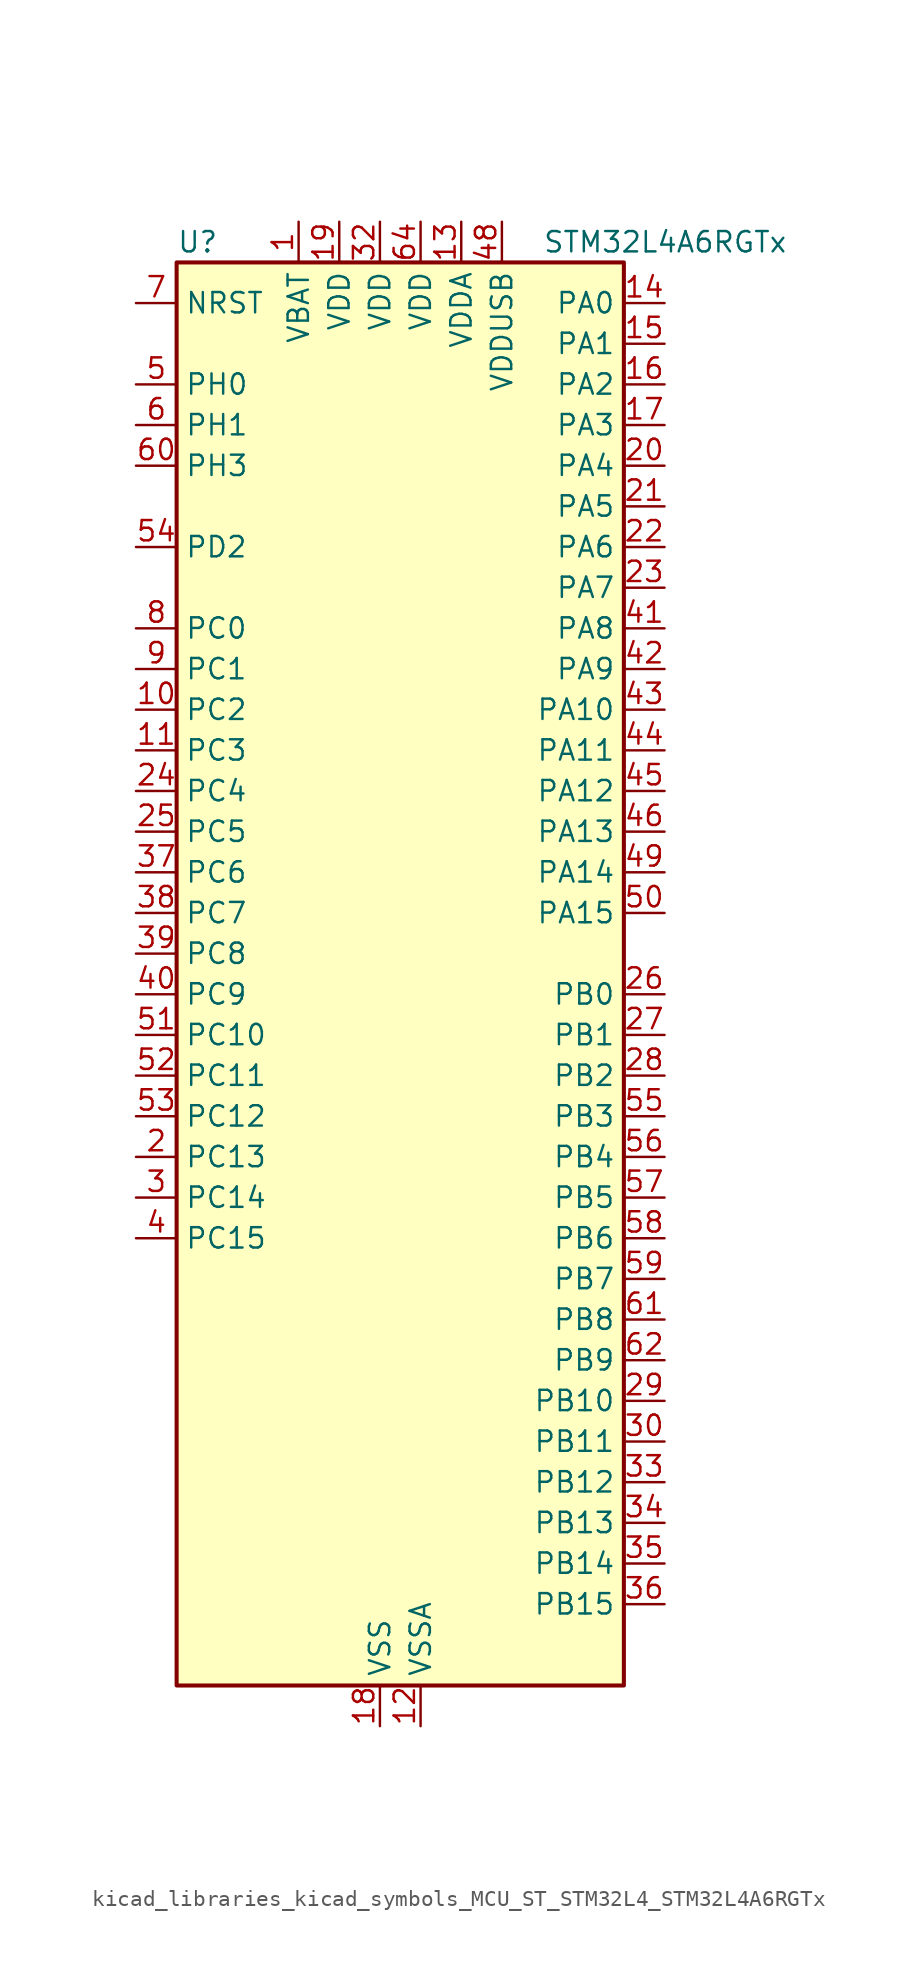
<source format=kicad_sym>
(kicad_symbol_lib
  (version 20220914)
  (generator kicad_symbol_editor)
  (symbol "kicad_libraries_kicad_symbols_MCU_ST_STM32L4_STM32L4A6RGTx"
    (property "Reference" "U"
      (at -12.7 46.99 0)
      (effects (font (size 1.27 1.27)) (justify left)))
    (property "Value" "STM32L4A6RGTx"
      (at 10.16 46.99 0)
      (effects (font (size 1.27 1.27)) (justify left)))
    (property "ki_locked" ""
      (at 0 0 0)
      (effects (font (size 1.27 1.27))))
    (symbol "kicad_libraries_kicad_symbols_MCU_ST_STM32L4_STM32L4A6RGTx_0_1"
      (rectangle (start -12.7 -43.18) (end 15.24 45.72) (stroke (width 0.254) (type default)) (fill (type background))))
    (symbol "kicad_libraries_kicad_symbols_MCU_ST_STM32L4_STM32L4A6RGTx_1_1"
      (pin power_in line (at -5.08 48.26 270) (length 2.54) (name "VBAT" (effects (font (size 1.27 1.27)))) (number "1" (effects (font (size 1.27 1.27)))))
      (pin bidirectional line (at -15.24 17.78 0) (length 2.54) (name "PC2" (effects (font (size 1.27 1.27)))) (number "10" (effects (font (size 1.27 1.27)))) (alternate "ADC1_IN3" bidirectional line) (alternate "ADC2_IN3" bidirectional line) (alternate "ADC3_IN3" bidirectional line) (alternate "DFSDM1_CKOUT" bidirectional line) (alternate "LCD_SEG20" bidirectional line) (alternate "LPTIM1_IN2" bidirectional line) (alternate "QUADSPI_BK2_IO1" bidirectional line) (alternate "SPI2_MISO" bidirectional line))
      (pin bidirectional line (at -15.24 15.24 0) (length 2.54) (name "PC3" (effects (font (size 1.27 1.27)))) (number "11" (effects (font (size 1.27 1.27)))) (alternate "ADC1_IN4" bidirectional line) (alternate "ADC2_IN4" bidirectional line) (alternate "ADC3_IN4" bidirectional line) (alternate "LCD_VLCD" bidirectional line) (alternate "LPTIM1_ETR" bidirectional line) (alternate "LPTIM2_ETR" bidirectional line) (alternate "QUADSPI_BK2_IO2" bidirectional line) (alternate "SAI1_SD_A" bidirectional line) (alternate "SPI2_MOSI" bidirectional line))
      (pin power_in line (at 2.54 -45.72 90) (length 2.54) (name "VSSA" (effects (font (size 1.27 1.27)))) (number "12" (effects (font (size 1.27 1.27)))))
      (pin power_in line (at 5.08 48.26 270) (length 2.54) (name "VDDA" (effects (font (size 1.27 1.27)))) (number "13" (effects (font (size 1.27 1.27)))))
      (pin bidirectional line (at 17.78 43.18 180) (length 2.54) (name "PA0" (effects (font (size 1.27 1.27)))) (number "14" (effects (font (size 1.27 1.27)))) (alternate "ADC1_IN5" bidirectional line) (alternate "ADC2_IN5" bidirectional line) (alternate "OPAMP1_VINP" bidirectional line) (alternate "RTC_TAMP2" bidirectional line) (alternate "SAI1_EXTCLK" bidirectional line) (alternate "SYS_WKUP1" bidirectional line) (alternate "TIM2_CH1" bidirectional line) (alternate "TIM2_ETR" bidirectional line) (alternate "TIM5_CH1" bidirectional line) (alternate "TIM8_ETR" bidirectional line) (alternate "UART4_TX" bidirectional line) (alternate "USART2_CTS" bidirectional line))
      (pin bidirectional line (at 17.78 40.64 180) (length 2.54) (name "PA1" (effects (font (size 1.27 1.27)))) (number "15" (effects (font (size 1.27 1.27)))) (alternate "ADC1_IN6" bidirectional line) (alternate "ADC2_IN6" bidirectional line) (alternate "I2C1_SMBA" bidirectional line) (alternate "LCD_SEG0" bidirectional line) (alternate "OPAMP1_VINM" bidirectional line) (alternate "SPI1_SCK" bidirectional line) (alternate "TIM15_CH1N" bidirectional line) (alternate "TIM2_CH2" bidirectional line) (alternate "TIM5_CH2" bidirectional line) (alternate "UART4_RX" bidirectional line) (alternate "USART2_DE" bidirectional line) (alternate "USART2_RTS" bidirectional line))
      (pin bidirectional line (at 17.78 38.1 180) (length 2.54) (name "PA2" (effects (font (size 1.27 1.27)))) (number "16" (effects (font (size 1.27 1.27)))) (alternate "ADC1_IN7" bidirectional line) (alternate "ADC2_IN7" bidirectional line) (alternate "LCD_SEG1" bidirectional line) (alternate "LPUART1_TX" bidirectional line) (alternate "QUADSPI_BK1_NCS" bidirectional line) (alternate "RCC_LSCO" bidirectional line) (alternate "SAI2_EXTCLK" bidirectional line) (alternate "SYS_WKUP4" bidirectional line) (alternate "TIM15_CH1" bidirectional line) (alternate "TIM2_CH3" bidirectional line) (alternate "TIM5_CH3" bidirectional line) (alternate "USART2_TX" bidirectional line))
      (pin bidirectional line (at 17.78 35.56 180) (length 2.54) (name "PA3" (effects (font (size 1.27 1.27)))) (number "17" (effects (font (size 1.27 1.27)))) (alternate "ADC1_IN8" bidirectional line) (alternate "ADC2_IN8" bidirectional line) (alternate "LCD_SEG2" bidirectional line) (alternate "LPUART1_RX" bidirectional line) (alternate "OPAMP1_VOUT" bidirectional line) (alternate "QUADSPI_CLK" bidirectional line) (alternate "SAI1_MCLK_A" bidirectional line) (alternate "TIM15_CH2" bidirectional line) (alternate "TIM2_CH4" bidirectional line) (alternate "TIM5_CH4" bidirectional line) (alternate "USART2_RX" bidirectional line))
      (pin power_in line (at 0 -45.72 90) (length 2.54) (name "VSS" (effects (font (size 1.27 1.27)))) (number "18" (effects (font (size 1.27 1.27)))))
      (pin power_in line (at -2.54 48.26 270) (length 2.54) (name "VDD" (effects (font (size 1.27 1.27)))) (number "19" (effects (font (size 1.27 1.27)))))
      (pin bidirectional line (at -15.24 -10.16 0) (length 2.54) (name "PC13" (effects (font (size 1.27 1.27)))) (number "2" (effects (font (size 1.27 1.27)))) (alternate "RTC_OUT_ALARM" bidirectional line) (alternate "RTC_OUT_CALIB" bidirectional line) (alternate "RTC_TAMP1" bidirectional line) (alternate "RTC_TS" bidirectional line) (alternate "SYS_WKUP2" bidirectional line))
      (pin bidirectional line (at 17.78 33.02 180) (length 2.54) (name "PA4" (effects (font (size 1.27 1.27)))) (number "20" (effects (font (size 1.27 1.27)))) (alternate "ADC1_IN9" bidirectional line) (alternate "ADC2_IN9" bidirectional line) (alternate "DAC1_OUT1" bidirectional line) (alternate "DCMI_HSYNC" bidirectional line) (alternate "LPTIM2_OUT" bidirectional line) (alternate "SAI1_FS_B" bidirectional line) (alternate "SPI1_NSS" bidirectional line) (alternate "SPI3_NSS" bidirectional line) (alternate "USART2_CK" bidirectional line))
      (pin bidirectional line (at 17.78 30.48 180) (length 2.54) (name "PA5" (effects (font (size 1.27 1.27)))) (number "21" (effects (font (size 1.27 1.27)))) (alternate "ADC1_IN10" bidirectional line) (alternate "ADC2_IN10" bidirectional line) (alternate "DAC1_OUT2" bidirectional line) (alternate "LPTIM2_ETR" bidirectional line) (alternate "SPI1_SCK" bidirectional line) (alternate "TIM2_CH1" bidirectional line) (alternate "TIM2_ETR" bidirectional line) (alternate "TIM8_CH1N" bidirectional line))
      (pin bidirectional line (at 17.78 27.94 180) (length 2.54) (name "PA6" (effects (font (size 1.27 1.27)))) (number "22" (effects (font (size 1.27 1.27)))) (alternate "ADC1_IN11" bidirectional line) (alternate "ADC2_IN11" bidirectional line) (alternate "DCMI_PIXCLK" bidirectional line) (alternate "LCD_SEG3" bidirectional line) (alternate "LPUART1_CTS" bidirectional line) (alternate "OPAMP2_VINP" bidirectional line) (alternate "QUADSPI_BK1_IO3" bidirectional line) (alternate "SPI1_MISO" bidirectional line) (alternate "TIM16_CH1" bidirectional line) (alternate "TIM1_BKIN" bidirectional line) (alternate "TIM1_BKIN_COMP2" bidirectional line) (alternate "TIM3_CH1" bidirectional line) (alternate "TIM8_BKIN" bidirectional line) (alternate "TIM8_BKIN_COMP2" bidirectional line) (alternate "USART3_CTS" bidirectional line))
      (pin bidirectional line (at 17.78 25.4 180) (length 2.54) (name "PA7" (effects (font (size 1.27 1.27)))) (number "23" (effects (font (size 1.27 1.27)))) (alternate "ADC1_IN12" bidirectional line) (alternate "ADC2_IN12" bidirectional line) (alternate "I2C3_SCL" bidirectional line) (alternate "LCD_SEG4" bidirectional line) (alternate "OPAMP2_VINM" bidirectional line) (alternate "QUADSPI_BK1_IO2" bidirectional line) (alternate "SPI1_MOSI" bidirectional line) (alternate "TIM17_CH1" bidirectional line) (alternate "TIM1_CH1N" bidirectional line) (alternate "TIM3_CH2" bidirectional line) (alternate "TIM8_CH1N" bidirectional line))
      (pin bidirectional line (at -15.24 12.7 0) (length 2.54) (name "PC4" (effects (font (size 1.27 1.27)))) (number "24" (effects (font (size 1.27 1.27)))) (alternate "ADC1_IN13" bidirectional line) (alternate "ADC2_IN13" bidirectional line) (alternate "COMP1_INM" bidirectional line) (alternate "LCD_SEG22" bidirectional line) (alternate "QUADSPI_BK2_IO3" bidirectional line) (alternate "USART3_TX" bidirectional line))
      (pin bidirectional line (at -15.24 10.16 0) (length 2.54) (name "PC5" (effects (font (size 1.27 1.27)))) (number "25" (effects (font (size 1.27 1.27)))) (alternate "ADC1_IN14" bidirectional line) (alternate "ADC2_IN14" bidirectional line) (alternate "COMP1_INP" bidirectional line) (alternate "LCD_SEG23" bidirectional line) (alternate "SYS_WKUP5" bidirectional line) (alternate "USART3_RX" bidirectional line))
      (pin bidirectional line (at 17.78 0 180) (length 2.54) (name "PB0" (effects (font (size 1.27 1.27)))) (number "26" (effects (font (size 1.27 1.27)))) (alternate "ADC1_IN15" bidirectional line) (alternate "ADC2_IN15" bidirectional line) (alternate "COMP1_OUT" bidirectional line) (alternate "LCD_SEG5" bidirectional line) (alternate "OPAMP2_VOUT" bidirectional line) (alternate "QUADSPI_BK1_IO1" bidirectional line) (alternate "SAI1_EXTCLK" bidirectional line) (alternate "SPI1_NSS" bidirectional line) (alternate "TIM1_CH2N" bidirectional line) (alternate "TIM3_CH3" bidirectional line) (alternate "TIM8_CH2N" bidirectional line) (alternate "USART3_CK" bidirectional line))
      (pin bidirectional line (at 17.78 -2.54 180) (length 2.54) (name "PB1" (effects (font (size 1.27 1.27)))) (number "27" (effects (font (size 1.27 1.27)))) (alternate "ADC1_IN16" bidirectional line) (alternate "ADC2_IN16" bidirectional line) (alternate "COMP1_INM" bidirectional line) (alternate "DFSDM1_DATIN0" bidirectional line) (alternate "LCD_SEG6" bidirectional line) (alternate "LPTIM2_IN1" bidirectional line) (alternate "LPUART1_DE" bidirectional line) (alternate "LPUART1_RTS" bidirectional line) (alternate "QUADSPI_BK1_IO0" bidirectional line) (alternate "TIM1_CH3N" bidirectional line) (alternate "TIM3_CH4" bidirectional line) (alternate "TIM8_CH3N" bidirectional line) (alternate "USART3_DE" bidirectional line) (alternate "USART3_RTS" bidirectional line))
      (pin bidirectional line (at 17.78 -5.08 180) (length 2.54) (name "PB2" (effects (font (size 1.27 1.27)))) (number "28" (effects (font (size 1.27 1.27)))) (alternate "COMP1_INP" bidirectional line) (alternate "DFSDM1_CKIN0" bidirectional line) (alternate "I2C3_SMBA" bidirectional line) (alternate "LCD_VLCD" bidirectional line) (alternate "LPTIM1_OUT" bidirectional line) (alternate "RTC_OUT_ALARM" bidirectional line) (alternate "RTC_OUT_CALIB" bidirectional line))
      (pin bidirectional line (at 17.78 -25.4 180) (length 2.54) (name "PB10" (effects (font (size 1.27 1.27)))) (number "29" (effects (font (size 1.27 1.27)))) (alternate "COMP1_OUT" bidirectional line) (alternate "DFSDM1_DATIN7" bidirectional line) (alternate "I2C2_SCL" bidirectional line) (alternate "I2C4_SCL" bidirectional line) (alternate "LCD_SEG10" bidirectional line) (alternate "LPUART1_RX" bidirectional line) (alternate "QUADSPI_CLK" bidirectional line) (alternate "SAI1_SCK_A" bidirectional line) (alternate "SPI2_SCK" bidirectional line) (alternate "TIM2_CH3" bidirectional line) (alternate "TSC_SYNC" bidirectional line) (alternate "USART3_TX" bidirectional line))
      (pin bidirectional line (at -15.24 -12.7 0) (length 2.54) (name "PC14" (effects (font (size 1.27 1.27)))) (number "3" (effects (font (size 1.27 1.27)))) (alternate "RCC_OSC32_IN" bidirectional line))
      (pin bidirectional line (at 17.78 -27.94 180) (length 2.54) (name "PB11" (effects (font (size 1.27 1.27)))) (number "30" (effects (font (size 1.27 1.27)))) (alternate "ADC1_EXTI11" bidirectional line) (alternate "ADC2_EXTI11" bidirectional line) (alternate "ADC3_EXTI11" bidirectional line) (alternate "COMP2_OUT" bidirectional line) (alternate "DFSDM1_CKIN7" bidirectional line) (alternate "I2C2_SDA" bidirectional line) (alternate "I2C4_SDA" bidirectional line) (alternate "LCD_SEG11" bidirectional line) (alternate "LPUART1_TX" bidirectional line) (alternate "QUADSPI_BK1_NCS" bidirectional line) (alternate "TIM2_CH4" bidirectional line) (alternate "USART3_RX" bidirectional line))
      (pin passive line (at 0 -45.72 90) (length 2.54) hide (name "VSS" (effects (font (size 1.27 1.27)))) (number "31" (effects (font (size 1.27 1.27)))))
      (pin power_in line (at 0 48.26 270) (length 2.54) (name "VDD" (effects (font (size 1.27 1.27)))) (number "32" (effects (font (size 1.27 1.27)))))
      (pin bidirectional line (at 17.78 -30.48 180) (length 2.54) (name "PB12" (effects (font (size 1.27 1.27)))) (number "33" (effects (font (size 1.27 1.27)))) (alternate "CAN2_RX" bidirectional line) (alternate "DFSDM1_DATIN1" bidirectional line) (alternate "I2C2_SMBA" bidirectional line) (alternate "LCD_SEG12" bidirectional line) (alternate "LPUART1_DE" bidirectional line) (alternate "LPUART1_RTS" bidirectional line) (alternate "SAI2_FS_A" bidirectional line) (alternate "SPI2_NSS" bidirectional line) (alternate "SWPMI1_IO" bidirectional line) (alternate "TIM15_BKIN" bidirectional line) (alternate "TIM1_BKIN" bidirectional line) (alternate "TIM1_BKIN_COMP2" bidirectional line) (alternate "TSC_G1_IO1" bidirectional line) (alternate "USART3_CK" bidirectional line))
      (pin bidirectional line (at 17.78 -33.02 180) (length 2.54) (name "PB13" (effects (font (size 1.27 1.27)))) (number "34" (effects (font (size 1.27 1.27)))) (alternate "CAN2_TX" bidirectional line) (alternate "DFSDM1_CKIN1" bidirectional line) (alternate "I2C2_SCL" bidirectional line) (alternate "LCD_SEG13" bidirectional line) (alternate "LPUART1_CTS" bidirectional line) (alternate "SAI2_SCK_A" bidirectional line) (alternate "SPI2_SCK" bidirectional line) (alternate "SWPMI1_TX" bidirectional line) (alternate "TIM15_CH1N" bidirectional line) (alternate "TIM1_CH1N" bidirectional line) (alternate "TSC_G1_IO2" bidirectional line) (alternate "USART3_CTS" bidirectional line))
      (pin bidirectional line (at 17.78 -35.56 180) (length 2.54) (name "PB14" (effects (font (size 1.27 1.27)))) (number "35" (effects (font (size 1.27 1.27)))) (alternate "DFSDM1_DATIN2" bidirectional line) (alternate "I2C2_SDA" bidirectional line) (alternate "LCD_SEG14" bidirectional line) (alternate "SAI2_MCLK_A" bidirectional line) (alternate "SPI2_MISO" bidirectional line) (alternate "SWPMI1_RX" bidirectional line) (alternate "TIM15_CH1" bidirectional line) (alternate "TIM1_CH2N" bidirectional line) (alternate "TIM8_CH2N" bidirectional line) (alternate "TSC_G1_IO3" bidirectional line) (alternate "USART3_DE" bidirectional line) (alternate "USART3_RTS" bidirectional line))
      (pin bidirectional line (at 17.78 -38.1 180) (length 2.54) (name "PB15" (effects (font (size 1.27 1.27)))) (number "36" (effects (font (size 1.27 1.27)))) (alternate "ADC1_EXTI15" bidirectional line) (alternate "ADC2_EXTI15" bidirectional line) (alternate "ADC3_EXTI15" bidirectional line) (alternate "DFSDM1_CKIN2" bidirectional line) (alternate "LCD_SEG15" bidirectional line) (alternate "RTC_REFIN" bidirectional line) (alternate "SAI2_SD_A" bidirectional line) (alternate "SPI2_MOSI" bidirectional line) (alternate "SWPMI1_SUSPEND" bidirectional line) (alternate "TIM15_CH2" bidirectional line) (alternate "TIM1_CH3N" bidirectional line) (alternate "TIM8_CH3N" bidirectional line) (alternate "TSC_G1_IO4" bidirectional line))
      (pin bidirectional line (at -15.24 7.62 0) (length 2.54) (name "PC6" (effects (font (size 1.27 1.27)))) (number "37" (effects (font (size 1.27 1.27)))) (alternate "DCMI_D0" bidirectional line) (alternate "DFSDM1_CKIN3" bidirectional line) (alternate "LCD_SEG24" bidirectional line) (alternate "SAI2_MCLK_A" bidirectional line) (alternate "SDMMC1_D6" bidirectional line) (alternate "TIM3_CH1" bidirectional line) (alternate "TIM8_CH1" bidirectional line) (alternate "TSC_G4_IO1" bidirectional line))
      (pin bidirectional line (at -15.24 5.08 0) (length 2.54) (name "PC7" (effects (font (size 1.27 1.27)))) (number "38" (effects (font (size 1.27 1.27)))) (alternate "DCMI_D1" bidirectional line) (alternate "DFSDM1_DATIN3" bidirectional line) (alternate "LCD_SEG25" bidirectional line) (alternate "SAI2_MCLK_B" bidirectional line) (alternate "SDMMC1_D7" bidirectional line) (alternate "TIM3_CH2" bidirectional line) (alternate "TIM8_CH2" bidirectional line) (alternate "TSC_G4_IO2" bidirectional line))
      (pin bidirectional line (at -15.24 2.54 0) (length 2.54) (name "PC8" (effects (font (size 1.27 1.27)))) (number "39" (effects (font (size 1.27 1.27)))) (alternate "DCMI_D2" bidirectional line) (alternate "LCD_SEG26" bidirectional line) (alternate "SDMMC1_D0" bidirectional line) (alternate "TIM3_CH3" bidirectional line) (alternate "TIM8_CH3" bidirectional line) (alternate "TSC_G4_IO3" bidirectional line))
      (pin bidirectional line (at -15.24 -15.24 0) (length 2.54) (name "PC15" (effects (font (size 1.27 1.27)))) (number "4" (effects (font (size 1.27 1.27)))) (alternate "ADC1_EXTI15" bidirectional line) (alternate "ADC2_EXTI15" bidirectional line) (alternate "ADC3_EXTI15" bidirectional line) (alternate "RCC_OSC32_OUT" bidirectional line))
      (pin bidirectional line (at -15.24 0 0) (length 2.54) (name "PC9" (effects (font (size 1.27 1.27)))) (number "40" (effects (font (size 1.27 1.27)))) (alternate "DAC1_EXTI9" bidirectional line) (alternate "DCMI_D3" bidirectional line) (alternate "I2C3_SDA" bidirectional line) (alternate "LCD_SEG27" bidirectional line) (alternate "SAI2_EXTCLK" bidirectional line) (alternate "SDMMC1_D1" bidirectional line) (alternate "TIM3_CH4" bidirectional line) (alternate "TIM8_BKIN2" bidirectional line) (alternate "TIM8_BKIN2_COMP1" bidirectional line) (alternate "TIM8_CH4" bidirectional line) (alternate "TSC_G4_IO4" bidirectional line) (alternate "USB_OTG_FS_NOE" bidirectional line))
      (pin bidirectional line (at 17.78 22.86 180) (length 2.54) (name "PA8" (effects (font (size 1.27 1.27)))) (number "41" (effects (font (size 1.27 1.27)))) (alternate "LCD_COM0" bidirectional line) (alternate "LPTIM2_OUT" bidirectional line) (alternate "RCC_MCO" bidirectional line) (alternate "SAI1_SCK_A" bidirectional line) (alternate "SWPMI1_IO" bidirectional line) (alternate "TIM1_CH1" bidirectional line) (alternate "USART1_CK" bidirectional line) (alternate "USB_OTG_FS_SOF" bidirectional line))
      (pin bidirectional line (at 17.78 20.32 180) (length 2.54) (name "PA9" (effects (font (size 1.27 1.27)))) (number "42" (effects (font (size 1.27 1.27)))) (alternate "DAC1_EXTI9" bidirectional line) (alternate "DCMI_D0" bidirectional line) (alternate "LCD_COM1" bidirectional line) (alternate "SAI1_FS_A" bidirectional line) (alternate "SPI2_SCK" bidirectional line) (alternate "TIM15_BKIN" bidirectional line) (alternate "TIM1_CH2" bidirectional line) (alternate "USART1_TX" bidirectional line) (alternate "USB_OTG_FS_VBUS" bidirectional line))
      (pin bidirectional line (at 17.78 17.78 180) (length 2.54) (name "PA10" (effects (font (size 1.27 1.27)))) (number "43" (effects (font (size 1.27 1.27)))) (alternate "DCMI_D1" bidirectional line) (alternate "LCD_COM2" bidirectional line) (alternate "SAI1_SD_A" bidirectional line) (alternate "TIM17_BKIN" bidirectional line) (alternate "TIM1_CH3" bidirectional line) (alternate "USART1_RX" bidirectional line) (alternate "USB_OTG_FS_ID" bidirectional line))
      (pin bidirectional line (at 17.78 15.24 180) (length 2.54) (name "PA11" (effects (font (size 1.27 1.27)))) (number "44" (effects (font (size 1.27 1.27)))) (alternate "ADC1_EXTI11" bidirectional line) (alternate "ADC2_EXTI11" bidirectional line) (alternate "ADC3_EXTI11" bidirectional line) (alternate "CAN1_RX" bidirectional line) (alternate "SPI1_MISO" bidirectional line) (alternate "TIM1_BKIN2" bidirectional line) (alternate "TIM1_BKIN2_COMP1" bidirectional line) (alternate "TIM1_CH4" bidirectional line) (alternate "USART1_CTS" bidirectional line) (alternate "USB_OTG_FS_DM" bidirectional line))
      (pin bidirectional line (at 17.78 12.7 180) (length 2.54) (name "PA12" (effects (font (size 1.27 1.27)))) (number "45" (effects (font (size 1.27 1.27)))) (alternate "CAN1_TX" bidirectional line) (alternate "SPI1_MOSI" bidirectional line) (alternate "TIM1_ETR" bidirectional line) (alternate "USART1_DE" bidirectional line) (alternate "USART1_RTS" bidirectional line) (alternate "USB_OTG_FS_DP" bidirectional line))
      (pin bidirectional line (at 17.78 10.16 180) (length 2.54) (name "PA13" (effects (font (size 1.27 1.27)))) (number "46" (effects (font (size 1.27 1.27)))) (alternate "IR_OUT" bidirectional line) (alternate "SAI1_SD_B" bidirectional line) (alternate "SWPMI1_TX" bidirectional line) (alternate "SYS_JTMS-SWDIO" bidirectional line) (alternate "USB_OTG_FS_NOE" bidirectional line))
      (pin passive line (at 0 -45.72 90) (length 2.54) hide (name "VSS" (effects (font (size 1.27 1.27)))) (number "47" (effects (font (size 1.27 1.27)))))
      (pin power_in line (at 7.62 48.26 270) (length 2.54) (name "VDDUSB" (effects (font (size 1.27 1.27)))) (number "48" (effects (font (size 1.27 1.27)))))
      (pin bidirectional line (at 17.78 7.62 180) (length 2.54) (name "PA14" (effects (font (size 1.27 1.27)))) (number "49" (effects (font (size 1.27 1.27)))) (alternate "I2C1_SMBA" bidirectional line) (alternate "I2C4_SMBA" bidirectional line) (alternate "LPTIM1_OUT" bidirectional line) (alternate "SAI1_FS_B" bidirectional line) (alternate "SWPMI1_RX" bidirectional line) (alternate "SYS_JTCK-SWCLK" bidirectional line) (alternate "USB_OTG_FS_SOF" bidirectional line))
      (pin bidirectional line (at -15.24 38.1 0) (length 2.54) (name "PH0" (effects (font (size 1.27 1.27)))) (number "5" (effects (font (size 1.27 1.27)))) (alternate "RCC_OSC_IN" bidirectional line))
      (pin bidirectional line (at 17.78 5.08 180) (length 2.54) (name "PA15" (effects (font (size 1.27 1.27)))) (number "50" (effects (font (size 1.27 1.27)))) (alternate "ADC1_EXTI15" bidirectional line) (alternate "ADC2_EXTI15" bidirectional line) (alternate "ADC3_EXTI15" bidirectional line) (alternate "LCD_SEG17" bidirectional line) (alternate "SAI2_FS_B" bidirectional line) (alternate "SPI1_NSS" bidirectional line) (alternate "SPI3_NSS" bidirectional line) (alternate "SWPMI1_SUSPEND" bidirectional line) (alternate "SYS_JTDI" bidirectional line) (alternate "TIM2_CH1" bidirectional line) (alternate "TIM2_ETR" bidirectional line) (alternate "TSC_G3_IO1" bidirectional line) (alternate "UART4_DE" bidirectional line) (alternate "UART4_RTS" bidirectional line) (alternate "USART2_RX" bidirectional line) (alternate "USART3_DE" bidirectional line) (alternate "USART3_RTS" bidirectional line))
      (pin bidirectional line (at -15.24 -2.54 0) (length 2.54) (name "PC10" (effects (font (size 1.27 1.27)))) (number "51" (effects (font (size 1.27 1.27)))) (alternate "DCMI_D8" bidirectional line) (alternate "LCD_COM4" bidirectional line) (alternate "LCD_SEG28" bidirectional line) (alternate "LCD_SEG40" bidirectional line) (alternate "SAI2_SCK_B" bidirectional line) (alternate "SDMMC1_D2" bidirectional line) (alternate "SPI3_SCK" bidirectional line) (alternate "SYS_TRACED1" bidirectional line) (alternate "TSC_G3_IO2" bidirectional line) (alternate "UART4_TX" bidirectional line) (alternate "USART3_TX" bidirectional line))
      (pin bidirectional line (at -15.24 -5.08 0) (length 2.54) (name "PC11" (effects (font (size 1.27 1.27)))) (number "52" (effects (font (size 1.27 1.27)))) (alternate "ADC1_EXTI11" bidirectional line) (alternate "ADC2_EXTI11" bidirectional line) (alternate "ADC3_EXTI11" bidirectional line) (alternate "DCMI_D4" bidirectional line) (alternate "LCD_COM5" bidirectional line) (alternate "LCD_SEG29" bidirectional line) (alternate "LCD_SEG41" bidirectional line) (alternate "QUADSPI_BK2_NCS" bidirectional line) (alternate "SAI2_MCLK_B" bidirectional line) (alternate "SDMMC1_D3" bidirectional line) (alternate "SPI3_MISO" bidirectional line) (alternate "TSC_G3_IO3" bidirectional line) (alternate "UART4_RX" bidirectional line) (alternate "USART3_RX" bidirectional line))
      (pin bidirectional line (at -15.24 -7.62 0) (length 2.54) (name "PC12" (effects (font (size 1.27 1.27)))) (number "53" (effects (font (size 1.27 1.27)))) (alternate "DCMI_D9" bidirectional line) (alternate "LCD_COM6" bidirectional line) (alternate "LCD_SEG30" bidirectional line) (alternate "LCD_SEG42" bidirectional line) (alternate "SAI2_SD_B" bidirectional line) (alternate "SDMMC1_CK" bidirectional line) (alternate "SPI3_MOSI" bidirectional line) (alternate "SYS_TRACED3" bidirectional line) (alternate "TSC_G3_IO4" bidirectional line) (alternate "UART5_TX" bidirectional line) (alternate "USART3_CK" bidirectional line))
      (pin bidirectional line (at -15.24 27.94 0) (length 2.54) (name "PD2" (effects (font (size 1.27 1.27)))) (number "54" (effects (font (size 1.27 1.27)))) (alternate "DCMI_D11" bidirectional line) (alternate "LCD_COM7" bidirectional line) (alternate "LCD_SEG31" bidirectional line) (alternate "LCD_SEG43" bidirectional line) (alternate "SDMMC1_CMD" bidirectional line) (alternate "SYS_TRACED2" bidirectional line) (alternate "TIM3_ETR" bidirectional line) (alternate "TSC_SYNC" bidirectional line) (alternate "UART5_RX" bidirectional line) (alternate "USART3_DE" bidirectional line) (alternate "USART3_RTS" bidirectional line))
      (pin bidirectional line (at 17.78 -7.62 180) (length 2.54) (name "PB3" (effects (font (size 1.27 1.27)))) (number "55" (effects (font (size 1.27 1.27)))) (alternate "COMP2_INM" bidirectional line) (alternate "CRS_SYNC" bidirectional line) (alternate "LCD_SEG7" bidirectional line) (alternate "SAI1_SCK_B" bidirectional line) (alternate "SPI1_SCK" bidirectional line) (alternate "SPI3_SCK" bidirectional line) (alternate "SYS_JTDO-SWO" bidirectional line) (alternate "TIM2_CH2" bidirectional line) (alternate "USART1_DE" bidirectional line) (alternate "USART1_RTS" bidirectional line))
      (pin bidirectional line (at 17.78 -10.16 180) (length 2.54) (name "PB4" (effects (font (size 1.27 1.27)))) (number "56" (effects (font (size 1.27 1.27)))) (alternate "COMP2_INP" bidirectional line) (alternate "DCMI_D12" bidirectional line) (alternate "I2C3_SDA" bidirectional line) (alternate "LCD_SEG8" bidirectional line) (alternate "SAI1_MCLK_B" bidirectional line) (alternate "SPI1_MISO" bidirectional line) (alternate "SPI3_MISO" bidirectional line) (alternate "SYS_JTRST" bidirectional line) (alternate "TIM17_BKIN" bidirectional line) (alternate "TIM3_CH1" bidirectional line) (alternate "TSC_G2_IO1" bidirectional line) (alternate "UART5_DE" bidirectional line) (alternate "UART5_RTS" bidirectional line) (alternate "USART1_CTS" bidirectional line))
      (pin bidirectional line (at 17.78 -12.7 180) (length 2.54) (name "PB5" (effects (font (size 1.27 1.27)))) (number "57" (effects (font (size 1.27 1.27)))) (alternate "CAN2_RX" bidirectional line) (alternate "COMP2_OUT" bidirectional line) (alternate "DCMI_D10" bidirectional line) (alternate "I2C1_SMBA" bidirectional line) (alternate "LCD_SEG9" bidirectional line) (alternate "LPTIM1_IN1" bidirectional line) (alternate "SAI1_SD_B" bidirectional line) (alternate "SPI1_MOSI" bidirectional line) (alternate "SPI3_MOSI" bidirectional line) (alternate "TIM16_BKIN" bidirectional line) (alternate "TIM3_CH2" bidirectional line) (alternate "TSC_G2_IO2" bidirectional line) (alternate "UART5_CTS" bidirectional line) (alternate "USART1_CK" bidirectional line))
      (pin bidirectional line (at 17.78 -15.24 180) (length 2.54) (name "PB6" (effects (font (size 1.27 1.27)))) (number "58" (effects (font (size 1.27 1.27)))) (alternate "CAN2_TX" bidirectional line) (alternate "COMP2_INP" bidirectional line) (alternate "DCMI_D5" bidirectional line) (alternate "DFSDM1_DATIN5" bidirectional line) (alternate "I2C1_SCL" bidirectional line) (alternate "I2C4_SCL" bidirectional line) (alternate "LPTIM1_ETR" bidirectional line) (alternate "SAI1_FS_B" bidirectional line) (alternate "TIM16_CH1N" bidirectional line) (alternate "TIM4_CH1" bidirectional line) (alternate "TIM8_BKIN2" bidirectional line) (alternate "TIM8_BKIN2_COMP2" bidirectional line) (alternate "TSC_G2_IO3" bidirectional line) (alternate "USART1_TX" bidirectional line))
      (pin bidirectional line (at 17.78 -17.78 180) (length 2.54) (name "PB7" (effects (font (size 1.27 1.27)))) (number "59" (effects (font (size 1.27 1.27)))) (alternate "COMP2_INM" bidirectional line) (alternate "DCMI_VSYNC" bidirectional line) (alternate "DFSDM1_CKIN5" bidirectional line) (alternate "I2C1_SDA" bidirectional line) (alternate "I2C4_SDA" bidirectional line) (alternate "LCD_SEG21" bidirectional line) (alternate "LPTIM1_IN2" bidirectional line) (alternate "SYS_PVD_IN" bidirectional line) (alternate "TIM17_CH1N" bidirectional line) (alternate "TIM4_CH2" bidirectional line) (alternate "TIM8_BKIN" bidirectional line) (alternate "TIM8_BKIN_COMP1" bidirectional line) (alternate "TSC_G2_IO4" bidirectional line) (alternate "UART4_CTS" bidirectional line) (alternate "USART1_RX" bidirectional line))
      (pin bidirectional line (at -15.24 35.56 0) (length 2.54) (name "PH1" (effects (font (size 1.27 1.27)))) (number "6" (effects (font (size 1.27 1.27)))) (alternate "RCC_OSC_OUT" bidirectional line))
      (pin bidirectional line (at -15.24 33.02 0) (length 2.54) (name "PH3" (effects (font (size 1.27 1.27)))) (number "60" (effects (font (size 1.27 1.27)))))
      (pin bidirectional line (at 17.78 -20.32 180) (length 2.54) (name "PB8" (effects (font (size 1.27 1.27)))) (number "61" (effects (font (size 1.27 1.27)))) (alternate "CAN1_RX" bidirectional line) (alternate "DCMI_D6" bidirectional line) (alternate "DFSDM1_DATIN6" bidirectional line) (alternate "I2C1_SCL" bidirectional line) (alternate "LCD_SEG16" bidirectional line) (alternate "SAI1_MCLK_A" bidirectional line) (alternate "SDMMC1_D4" bidirectional line) (alternate "TIM16_CH1" bidirectional line) (alternate "TIM4_CH3" bidirectional line))
      (pin bidirectional line (at 17.78 -22.86 180) (length 2.54) (name "PB9" (effects (font (size 1.27 1.27)))) (number "62" (effects (font (size 1.27 1.27)))) (alternate "CAN1_TX" bidirectional line) (alternate "DAC1_EXTI9" bidirectional line) (alternate "DCMI_D7" bidirectional line) (alternate "DFSDM1_CKIN6" bidirectional line) (alternate "I2C1_SDA" bidirectional line) (alternate "IR_OUT" bidirectional line) (alternate "LCD_COM3" bidirectional line) (alternate "SAI1_FS_A" bidirectional line) (alternate "SDMMC1_D5" bidirectional line) (alternate "SPI2_NSS" bidirectional line) (alternate "TIM17_CH1" bidirectional line) (alternate "TIM4_CH4" bidirectional line))
      (pin passive line (at 0 -45.72 90) (length 2.54) hide (name "VSS" (effects (font (size 1.27 1.27)))) (number "63" (effects (font (size 1.27 1.27)))))
      (pin power_in line (at 2.54 48.26 270) (length 2.54) (name "VDD" (effects (font (size 1.27 1.27)))) (number "64" (effects (font (size 1.27 1.27)))))
      (pin input line (at -15.24 43.18 0) (length 2.54) (name "NRST" (effects (font (size 1.27 1.27)))) (number "7" (effects (font (size 1.27 1.27)))))
      (pin bidirectional line (at -15.24 22.86 0) (length 2.54) (name "PC0" (effects (font (size 1.27 1.27)))) (number "8" (effects (font (size 1.27 1.27)))) (alternate "ADC1_IN1" bidirectional line) (alternate "ADC2_IN1" bidirectional line) (alternate "ADC3_IN1" bidirectional line) (alternate "DFSDM1_DATIN4" bidirectional line) (alternate "I2C3_SCL" bidirectional line) (alternate "I2C4_SCL" bidirectional line) (alternate "LCD_SEG18" bidirectional line) (alternate "LPTIM1_IN1" bidirectional line) (alternate "LPTIM2_IN1" bidirectional line) (alternate "LPUART1_RX" bidirectional line))
      (pin bidirectional line (at -15.24 20.32 0) (length 2.54) (name "PC1" (effects (font (size 1.27 1.27)))) (number "9" (effects (font (size 1.27 1.27)))) (alternate "ADC1_IN2" bidirectional line) (alternate "ADC2_IN2" bidirectional line) (alternate "ADC3_IN2" bidirectional line) (alternate "DFSDM1_CKIN4" bidirectional line) (alternate "I2C3_SDA" bidirectional line) (alternate "I2C4_SDA" bidirectional line) (alternate "LCD_SEG19" bidirectional line) (alternate "LPTIM1_OUT" bidirectional line) (alternate "LPUART1_TX" bidirectional line) (alternate "QUADSPI_BK2_IO0" bidirectional line) (alternate "SAI1_SD_A" bidirectional line) (alternate "SPI2_MOSI" bidirectional line) (alternate "SYS_TRACED0" bidirectional line)))))
</source>
